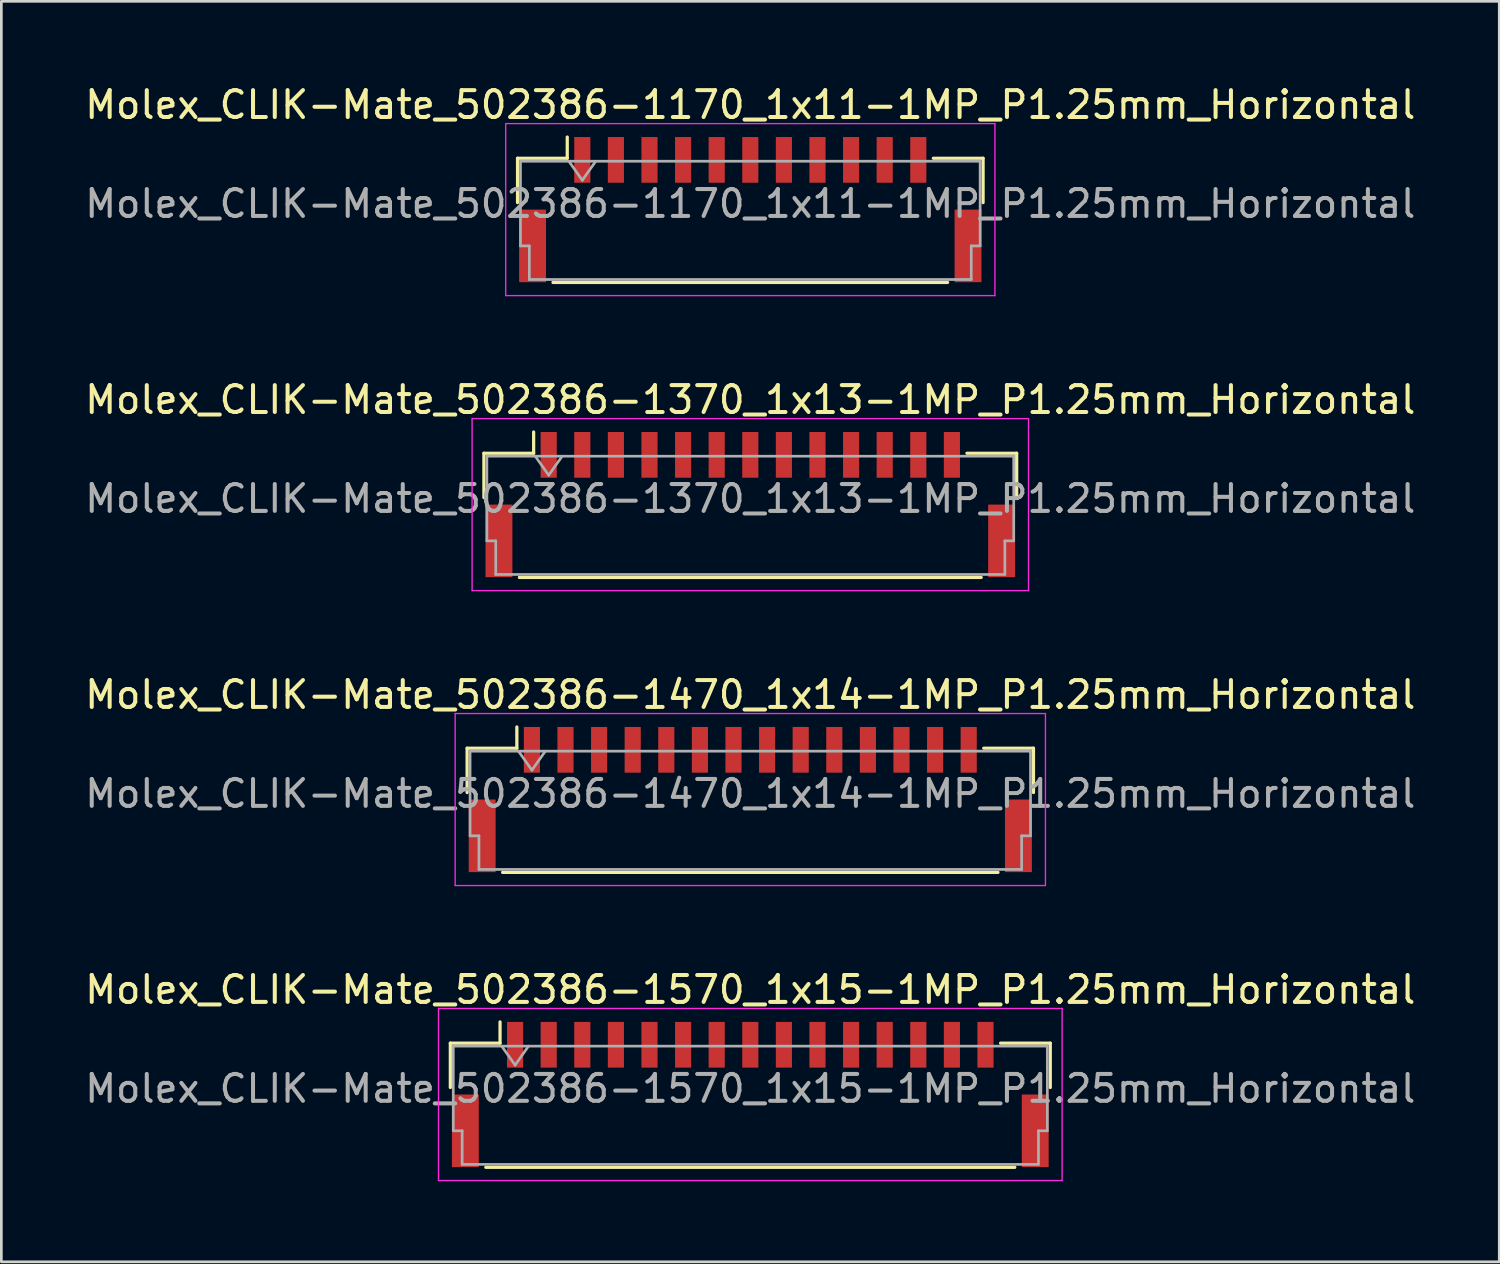
<source format=kicad_pcb>
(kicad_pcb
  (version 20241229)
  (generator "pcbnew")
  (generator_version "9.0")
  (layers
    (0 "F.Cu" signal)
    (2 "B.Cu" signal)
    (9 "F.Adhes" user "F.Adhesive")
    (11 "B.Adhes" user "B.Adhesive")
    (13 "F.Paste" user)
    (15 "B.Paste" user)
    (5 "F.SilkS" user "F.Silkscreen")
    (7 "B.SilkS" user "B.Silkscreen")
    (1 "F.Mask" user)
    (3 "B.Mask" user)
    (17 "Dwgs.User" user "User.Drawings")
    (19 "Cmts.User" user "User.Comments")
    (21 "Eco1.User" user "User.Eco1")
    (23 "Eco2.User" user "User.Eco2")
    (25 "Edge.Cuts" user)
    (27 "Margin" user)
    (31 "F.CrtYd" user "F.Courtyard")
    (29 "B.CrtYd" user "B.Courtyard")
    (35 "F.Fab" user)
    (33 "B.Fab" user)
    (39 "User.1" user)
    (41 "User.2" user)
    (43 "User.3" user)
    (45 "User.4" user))
  (footprint "Molex_CLIK-Mate_502386-1470_1x14-1MP_P1.25mm_Horizontal"
    (layer "F.Cu")
    (at 24.863 26.695)
    (property "Reference" "Molex_CLIK-Mate_502386-1470_1x14-1MP_P1.25mm_Horizontal" (at 0 -3.9 0) (layer "F.SilkS") (effects (font (size 1 1) (thickness 0.15))))
    (attr smd)
    (fp_line (start -10.535 -1.91) (end -8.685 -1.91) (stroke (width 0.12) (type solid)) (layer "F.SilkS"))
    (fp_line (start -10.535 -0.26) (end -10.535 -1.91) (stroke (width 0.12) (type solid)) (layer "F.SilkS"))
    (fp_line (start -9.215 2.71) (end 9.215 2.71) (stroke (width 0.12) (type solid)) (layer "F.SilkS"))
    (fp_line (start -8.685 -1.91) (end -8.685 -2.7) (stroke (width 0.12) (type solid)) (layer "F.SilkS"))
    (fp_line (start 10.535 -1.91) (end 8.685 -1.91) (stroke (width 0.12) (type solid)) (layer "F.SilkS"))
    (fp_line (start 10.535 -0.26) (end 10.535 -1.91) (stroke (width 0.12) (type solid)) (layer "F.SilkS"))
    (fp_line (start -10.98 -3.2) (end -10.98 3.2) (stroke (width 0.05) (type solid)) (layer "F.CrtYd"))
    (fp_line (start -10.98 3.2) (end 10.98 3.2) (stroke (width 0.05) (type solid)) (layer "F.CrtYd"))
    (fp_line (start 10.98 -3.2) (end -10.98 -3.2) (stroke (width 0.05) (type solid)) (layer "F.CrtYd"))
    (fp_line (start 10.98 3.2) (end 10.98 -3.2) (stroke (width 0.05) (type solid)) (layer "F.CrtYd"))
    (fp_line (start -10.425 -1.8) (end -10.425 1.35) (stroke (width 0.1) (type solid)) (layer "F.Fab"))
    (fp_line (start -10.425 -1.8) (end 10.425 -1.8) (stroke (width 0.1) (type solid)) (layer "F.Fab"))
    (fp_line (start -10.425 1.35) (end -10.095 1.35) (stroke (width 0.1) (type solid)) (layer "F.Fab"))
    (fp_line (start -10.095 1.35) (end -10.095 2.6) (stroke (width 0.1) (type solid)) (layer "F.Fab"))
    (fp_line (start -10.095 2.6) (end 10.095 2.6) (stroke (width 0.1) (type solid)) (layer "F.Fab"))
    (fp_line (start -8.625 -1.8) (end -8.125 -1.093) (stroke (width 0.1) (type solid)) (layer "F.Fab"))
    (fp_line (start -8.125 -1.093) (end -7.625 -1.8) (stroke (width 0.1) (type solid)) (layer "F.Fab"))
    (fp_line (start 10.095 1.35) (end 10.425 1.35) (stroke (width 0.1) (type solid)) (layer "F.Fab"))
    (fp_line (start 10.095 2.6) (end 10.095 1.35) (stroke (width 0.1) (type solid)) (layer "F.Fab"))
    (fp_line (start 10.425 -1.8) (end 10.425 1.35) (stroke (width 0.1) (type solid)) (layer "F.Fab"))
    (fp_text user "${REFERENCE}" (at 0 -0.22 0) (layer "F.Fab") (effects (font (size 1 1) (thickness 0.15))))
    (pad "1" smd rect (at -8.125 -1.85) (size 0.6 1.7) (layers "F.Cu" "F.Mask" "F.Paste"))
    (pad "2" smd rect (at -6.875 -1.85) (size 0.6 1.7) (layers "F.Cu" "F.Mask" "F.Paste"))
    (pad "3" smd rect (at -5.625 -1.85) (size 0.6 1.7) (layers "F.Cu" "F.Mask" "F.Paste"))
    (pad "4" smd rect (at -4.375 -1.85) (size 0.6 1.7) (layers "F.Cu" "F.Mask" "F.Paste"))
    (pad "5" smd rect (at -3.125 -1.85) (size 0.6 1.7) (layers "F.Cu" "F.Mask" "F.Paste"))
    (pad "6" smd rect (at -1.875 -1.85) (size 0.6 1.7) (layers "F.Cu" "F.Mask" "F.Paste"))
    (pad "7" smd rect (at -0.625 -1.85) (size 0.6 1.7) (layers "F.Cu" "F.Mask" "F.Paste"))
    (pad "8" smd rect (at 0.625 -1.85) (size 0.6 1.7) (layers "F.Cu" "F.Mask" "F.Paste"))
    (pad "9" smd rect (at 1.875 -1.85) (size 0.6 1.7) (layers "F.Cu" "F.Mask" "F.Paste"))
    (pad "10" smd rect (at 3.125 -1.85) (size 0.6 1.7) (layers "F.Cu" "F.Mask" "F.Paste"))
    (pad "11" smd rect (at 4.375 -1.85) (size 0.6 1.7) (layers "F.Cu" "F.Mask" "F.Paste"))
    (pad "12" smd rect (at 5.625 -1.85) (size 0.6 1.7) (layers "F.Cu" "F.Mask" "F.Paste"))
    (pad "13" smd rect (at 6.875 -1.85) (size 0.6 1.7) (layers "F.Cu" "F.Mask" "F.Paste"))
    (pad "14" smd rect (at 8.125 -1.85) (size 0.6 1.7) (layers "F.Cu" "F.Mask" "F.Paste"))
    (pad "MP" smd rect (at -9.975 1.35) (size 1 2.7) (layers "F.Cu" "F.Mask" "F.Paste"))
    (pad "MP" smd rect (at 9.975 1.35) (size 1 2.7) (layers "F.Cu" "F.Mask" "F.Paste")))
  (footprint "Molex_CLIK-Mate_502386-1370_1x13-1MP_P1.25mm_Horizontal"
    (layer "F.Cu")
    (at 24.863 15.722)
    (property "Reference" "Molex_CLIK-Mate_502386-1370_1x13-1MP_P1.25mm_Horizontal" (at 0 -3.9 0) (layer "F.SilkS") (effects (font (size 1 1) (thickness 0.15))))
    (attr smd)
    (fp_line (start -9.91 -1.91) (end -8.06 -1.91) (stroke (width 0.12) (type solid)) (layer "F.SilkS"))
    (fp_line (start -9.91 -0.26) (end -9.91 -1.91) (stroke (width 0.12) (type solid)) (layer "F.SilkS"))
    (fp_line (start -8.59 2.71) (end 8.59 2.71) (stroke (width 0.12) (type solid)) (layer "F.SilkS"))
    (fp_line (start -8.06 -1.91) (end -8.06 -2.7) (stroke (width 0.12) (type solid)) (layer "F.SilkS"))
    (fp_line (start 9.91 -1.91) (end 8.06 -1.91) (stroke (width 0.12) (type solid)) (layer "F.SilkS"))
    (fp_line (start 9.91 -0.26) (end 9.91 -1.91) (stroke (width 0.12) (type solid)) (layer "F.SilkS"))
    (fp_line (start -10.35 -3.2) (end -10.35 3.2) (stroke (width 0.05) (type solid)) (layer "F.CrtYd"))
    (fp_line (start -10.35 3.2) (end 10.35 3.2) (stroke (width 0.05) (type solid)) (layer "F.CrtYd"))
    (fp_line (start 10.35 -3.2) (end -10.35 -3.2) (stroke (width 0.05) (type solid)) (layer "F.CrtYd"))
    (fp_line (start 10.35 3.2) (end 10.35 -3.2) (stroke (width 0.05) (type solid)) (layer "F.CrtYd"))
    (fp_line (start -9.8 -1.8) (end -9.8 1.35) (stroke (width 0.1) (type solid)) (layer "F.Fab"))
    (fp_line (start -9.8 -1.8) (end 9.8 -1.8) (stroke (width 0.1) (type solid)) (layer "F.Fab"))
    (fp_line (start -9.8 1.35) (end -9.47 1.35) (stroke (width 0.1) (type solid)) (layer "F.Fab"))
    (fp_line (start -9.47 1.35) (end -9.47 2.6) (stroke (width 0.1) (type solid)) (layer "F.Fab"))
    (fp_line (start -9.47 2.6) (end 9.47 2.6) (stroke (width 0.1) (type solid)) (layer "F.Fab"))
    (fp_line (start -8 -1.8) (end -7.5 -1.093) (stroke (width 0.1) (type solid)) (layer "F.Fab"))
    (fp_line (start -7.5 -1.093) (end -7 -1.8) (stroke (width 0.1) (type solid)) (layer "F.Fab"))
    (fp_line (start 9.47 1.35) (end 9.8 1.35) (stroke (width 0.1) (type solid)) (layer "F.Fab"))
    (fp_line (start 9.47 2.6) (end 9.47 1.35) (stroke (width 0.1) (type solid)) (layer "F.Fab"))
    (fp_line (start 9.8 -1.8) (end 9.8 1.35) (stroke (width 0.1) (type solid)) (layer "F.Fab"))
    (fp_text user "${REFERENCE}" (at 0 -0.22 0) (layer "F.Fab") (effects (font (size 1 1) (thickness 0.15))))
    (pad "1" smd rect (at -7.5 -1.85) (size 0.6 1.7) (layers "F.Cu" "F.Mask" "F.Paste"))
    (pad "2" smd rect (at -6.25 -1.85) (size 0.6 1.7) (layers "F.Cu" "F.Mask" "F.Paste"))
    (pad "3" smd rect (at -5 -1.85) (size 0.6 1.7) (layers "F.Cu" "F.Mask" "F.Paste"))
    (pad "4" smd rect (at -3.75 -1.85) (size 0.6 1.7) (layers "F.Cu" "F.Mask" "F.Paste"))
    (pad "5" smd rect (at -2.5 -1.85) (size 0.6 1.7) (layers "F.Cu" "F.Mask" "F.Paste"))
    (pad "6" smd rect (at -1.25 -1.85) (size 0.6 1.7) (layers "F.Cu" "F.Mask" "F.Paste"))
    (pad "7" smd rect (at 0 -1.85) (size 0.6 1.7) (layers "F.Cu" "F.Mask" "F.Paste"))
    (pad "8" smd rect (at 1.25 -1.85) (size 0.6 1.7) (layers "F.Cu" "F.Mask" "F.Paste"))
    (pad "9" smd rect (at 2.5 -1.85) (size 0.6 1.7) (layers "F.Cu" "F.Mask" "F.Paste"))
    (pad "10" smd rect (at 3.75 -1.85) (size 0.6 1.7) (layers "F.Cu" "F.Mask" "F.Paste"))
    (pad "11" smd rect (at 5 -1.85) (size 0.6 1.7) (layers "F.Cu" "F.Mask" "F.Paste"))
    (pad "12" smd rect (at 6.25 -1.85) (size 0.6 1.7) (layers "F.Cu" "F.Mask" "F.Paste"))
    (pad "13" smd rect (at 7.5 -1.85) (size 0.6 1.7) (layers "F.Cu" "F.Mask" "F.Paste"))
    (pad "MP" smd rect (at -9.35 1.35) (size 1 2.7) (layers "F.Cu" "F.Mask" "F.Paste"))
    (pad "MP" smd rect (at 9.35 1.35) (size 1 2.7) (layers "F.Cu" "F.Mask" "F.Paste")))
  (footprint "Molex_CLIK-Mate_502386-1170_1x11-1MP_P1.25mm_Horizontal"
    (layer "F.Cu")
    (at 24.863 4.748)
    (property "Reference" "Molex_CLIK-Mate_502386-1170_1x11-1MP_P1.25mm_Horizontal" (at 0 -3.9 0) (layer "F.SilkS") (effects (font (size 1 1) (thickness 0.15))))
    (attr smd)
    (fp_line (start -8.66 -1.91) (end -6.81 -1.91) (stroke (width 0.12) (type solid)) (layer "F.SilkS"))
    (fp_line (start -8.66 -0.26) (end -8.66 -1.91) (stroke (width 0.12) (type solid)) (layer "F.SilkS"))
    (fp_line (start -7.34 2.71) (end 7.34 2.71) (stroke (width 0.12) (type solid)) (layer "F.SilkS"))
    (fp_line (start -6.81 -1.91) (end -6.81 -2.7) (stroke (width 0.12) (type solid)) (layer "F.SilkS"))
    (fp_line (start 8.66 -1.91) (end 6.81 -1.91) (stroke (width 0.12) (type solid)) (layer "F.SilkS"))
    (fp_line (start 8.66 -0.26) (end 8.66 -1.91) (stroke (width 0.12) (type solid)) (layer "F.SilkS"))
    (fp_line (start -9.1 -3.2) (end -9.1 3.2) (stroke (width 0.05) (type solid)) (layer "F.CrtYd"))
    (fp_line (start -9.1 3.2) (end 9.1 3.2) (stroke (width 0.05) (type solid)) (layer "F.CrtYd"))
    (fp_line (start 9.1 -3.2) (end -9.1 -3.2) (stroke (width 0.05) (type solid)) (layer "F.CrtYd"))
    (fp_line (start 9.1 3.2) (end 9.1 -3.2) (stroke (width 0.05) (type solid)) (layer "F.CrtYd"))
    (fp_line (start -8.55 -1.8) (end -8.55 1.35) (stroke (width 0.1) (type solid)) (layer "F.Fab"))
    (fp_line (start -8.55 -1.8) (end 8.55 -1.8) (stroke (width 0.1) (type solid)) (layer "F.Fab"))
    (fp_line (start -8.55 1.35) (end -8.22 1.35) (stroke (width 0.1) (type solid)) (layer "F.Fab"))
    (fp_line (start -8.22 1.35) (end -8.22 2.6) (stroke (width 0.1) (type solid)) (layer "F.Fab"))
    (fp_line (start -8.22 2.6) (end 8.22 2.6) (stroke (width 0.1) (type solid)) (layer "F.Fab"))
    (fp_line (start -6.75 -1.8) (end -6.25 -1.093) (stroke (width 0.1) (type solid)) (layer "F.Fab"))
    (fp_line (start -6.25 -1.093) (end -5.75 -1.8) (stroke (width 0.1) (type solid)) (layer "F.Fab"))
    (fp_line (start 8.22 1.35) (end 8.55 1.35) (stroke (width 0.1) (type solid)) (layer "F.Fab"))
    (fp_line (start 8.22 2.6) (end 8.22 1.35) (stroke (width 0.1) (type solid)) (layer "F.Fab"))
    (fp_line (start 8.55 -1.8) (end 8.55 1.35) (stroke (width 0.1) (type solid)) (layer "F.Fab"))
    (fp_text user "${REFERENCE}" (at 0 -0.22 0) (layer "F.Fab") (effects (font (size 1 1) (thickness 0.15))))
    (pad "1" smd rect (at -6.25 -1.85) (size 0.6 1.7) (layers "F.Cu" "F.Mask" "F.Paste"))
    (pad "2" smd rect (at -5 -1.85) (size 0.6 1.7) (layers "F.Cu" "F.Mask" "F.Paste"))
    (pad "3" smd rect (at -3.75 -1.85) (size 0.6 1.7) (layers "F.Cu" "F.Mask" "F.Paste"))
    (pad "4" smd rect (at -2.5 -1.85) (size 0.6 1.7) (layers "F.Cu" "F.Mask" "F.Paste"))
    (pad "5" smd rect (at -1.25 -1.85) (size 0.6 1.7) (layers "F.Cu" "F.Mask" "F.Paste"))
    (pad "6" smd rect (at 0 -1.85) (size 0.6 1.7) (layers "F.Cu" "F.Mask" "F.Paste"))
    (pad "7" smd rect (at 1.25 -1.85) (size 0.6 1.7) (layers "F.Cu" "F.Mask" "F.Paste"))
    (pad "8" smd rect (at 2.5 -1.85) (size 0.6 1.7) (layers "F.Cu" "F.Mask" "F.Paste"))
    (pad "9" smd rect (at 3.75 -1.85) (size 0.6 1.7) (layers "F.Cu" "F.Mask" "F.Paste"))
    (pad "10" smd rect (at 5 -1.85) (size 0.6 1.7) (layers "F.Cu" "F.Mask" "F.Paste"))
    (pad "11" smd rect (at 6.25 -1.85) (size 0.6 1.7) (layers "F.Cu" "F.Mask" "F.Paste"))
    (pad "MP" smd rect (at -8.1 1.35) (size 1 2.7) (layers "F.Cu" "F.Mask" "F.Paste"))
    (pad "MP" smd rect (at 8.1 1.35) (size 1 2.7) (layers "F.Cu" "F.Mask" "F.Paste")))
  (footprint "Molex_CLIK-Mate_502386-1570_1x15-1MP_P1.25mm_Horizontal"
    (layer "F.Cu")
    (at 24.863 37.668)
    (property "Reference" "Molex_CLIK-Mate_502386-1570_1x15-1MP_P1.25mm_Horizontal" (at 0 -3.9 0) (layer "F.SilkS") (effects (font (size 1 1) (thickness 0.15))))
    (attr smd)
    (fp_line (start -11.16 -1.91) (end -9.31 -1.91) (stroke (width 0.12) (type solid)) (layer "F.SilkS"))
    (fp_line (start -11.16 -0.26) (end -11.16 -1.91) (stroke (width 0.12) (type solid)) (layer "F.SilkS"))
    (fp_line (start -9.84 2.71) (end 9.84 2.71) (stroke (width 0.12) (type solid)) (layer "F.SilkS"))
    (fp_line (start -9.31 -1.91) (end -9.31 -2.7) (stroke (width 0.12) (type solid)) (layer "F.SilkS"))
    (fp_line (start 11.16 -1.91) (end 9.31 -1.91) (stroke (width 0.12) (type solid)) (layer "F.SilkS"))
    (fp_line (start 11.16 -0.26) (end 11.16 -1.91) (stroke (width 0.12) (type solid)) (layer "F.SilkS"))
    (fp_line (start -11.6 -3.2) (end -11.6 3.2) (stroke (width 0.05) (type solid)) (layer "F.CrtYd"))
    (fp_line (start -11.6 3.2) (end 11.6 3.2) (stroke (width 0.05) (type solid)) (layer "F.CrtYd"))
    (fp_line (start 11.6 -3.2) (end -11.6 -3.2) (stroke (width 0.05) (type solid)) (layer "F.CrtYd"))
    (fp_line (start 11.6 3.2) (end 11.6 -3.2) (stroke (width 0.05) (type solid)) (layer "F.CrtYd"))
    (fp_line (start -11.05 -1.8) (end -11.05 1.35) (stroke (width 0.1) (type solid)) (layer "F.Fab"))
    (fp_line (start -11.05 -1.8) (end 11.05 -1.8) (stroke (width 0.1) (type solid)) (layer "F.Fab"))
    (fp_line (start -11.05 1.35) (end -10.72 1.35) (stroke (width 0.1) (type solid)) (layer "F.Fab"))
    (fp_line (start -10.72 1.35) (end -10.72 2.6) (stroke (width 0.1) (type solid)) (layer "F.Fab"))
    (fp_line (start -10.72 2.6) (end 10.72 2.6) (stroke (width 0.1) (type solid)) (layer "F.Fab"))
    (fp_line (start -9.25 -1.8) (end -8.75 -1.093) (stroke (width 0.1) (type solid)) (layer "F.Fab"))
    (fp_line (start -8.75 -1.093) (end -8.25 -1.8) (stroke (width 0.1) (type solid)) (layer "F.Fab"))
    (fp_line (start 10.72 1.35) (end 11.05 1.35) (stroke (width 0.1) (type solid)) (layer "F.Fab"))
    (fp_line (start 10.72 2.6) (end 10.72 1.35) (stroke (width 0.1) (type solid)) (layer "F.Fab"))
    (fp_line (start 11.05 -1.8) (end 11.05 1.35) (stroke (width 0.1) (type solid)) (layer "F.Fab"))
    (fp_text user "${REFERENCE}" (at 0 -0.22 0) (layer "F.Fab") (effects (font (size 1 1) (thickness 0.15))))
    (pad "1" smd rect (at -8.75 -1.85) (size 0.6 1.7) (layers "F.Cu" "F.Mask" "F.Paste"))
    (pad "2" smd rect (at -7.5 -1.85) (size 0.6 1.7) (layers "F.Cu" "F.Mask" "F.Paste"))
    (pad "3" smd rect (at -6.25 -1.85) (size 0.6 1.7) (layers "F.Cu" "F.Mask" "F.Paste"))
    (pad "4" smd rect (at -5 -1.85) (size 0.6 1.7) (layers "F.Cu" "F.Mask" "F.Paste"))
    (pad "5" smd rect (at -3.75 -1.85) (size 0.6 1.7) (layers "F.Cu" "F.Mask" "F.Paste"))
    (pad "6" smd rect (at -2.5 -1.85) (size 0.6 1.7) (layers "F.Cu" "F.Mask" "F.Paste"))
    (pad "7" smd rect (at -1.25 -1.85) (size 0.6 1.7) (layers "F.Cu" "F.Mask" "F.Paste"))
    (pad "8" smd rect (at 0 -1.85) (size 0.6 1.7) (layers "F.Cu" "F.Mask" "F.Paste"))
    (pad "9" smd rect (at 1.25 -1.85) (size 0.6 1.7) (layers "F.Cu" "F.Mask" "F.Paste"))
    (pad "10" smd rect (at 2.5 -1.85) (size 0.6 1.7) (layers "F.Cu" "F.Mask" "F.Paste"))
    (pad "11" smd rect (at 3.75 -1.85) (size 0.6 1.7) (layers "F.Cu" "F.Mask" "F.Paste"))
    (pad "12" smd rect (at 5 -1.85) (size 0.6 1.7) (layers "F.Cu" "F.Mask" "F.Paste"))
    (pad "13" smd rect (at 6.25 -1.85) (size 0.6 1.7) (layers "F.Cu" "F.Mask" "F.Paste"))
    (pad "14" smd rect (at 7.5 -1.85) (size 0.6 1.7) (layers "F.Cu" "F.Mask" "F.Paste"))
    (pad "15" smd rect (at 8.75 -1.85) (size 0.6 1.7) (layers "F.Cu" "F.Mask" "F.Paste"))
    (pad "MP" smd rect (at -10.6 1.35) (size 1 2.7) (layers "F.Cu" "F.Mask" "F.Paste"))
    (pad "MP" smd rect (at 10.6 1.35) (size 1 2.7) (layers "F.Cu" "F.Mask" "F.Paste")))
  (gr_rect
    (start -3 -3)
    (end 52.726 43.893)
    (stroke (width 0.1) (type default))
    (fill no)
    (layer "Edge.Cuts")))
</source>
